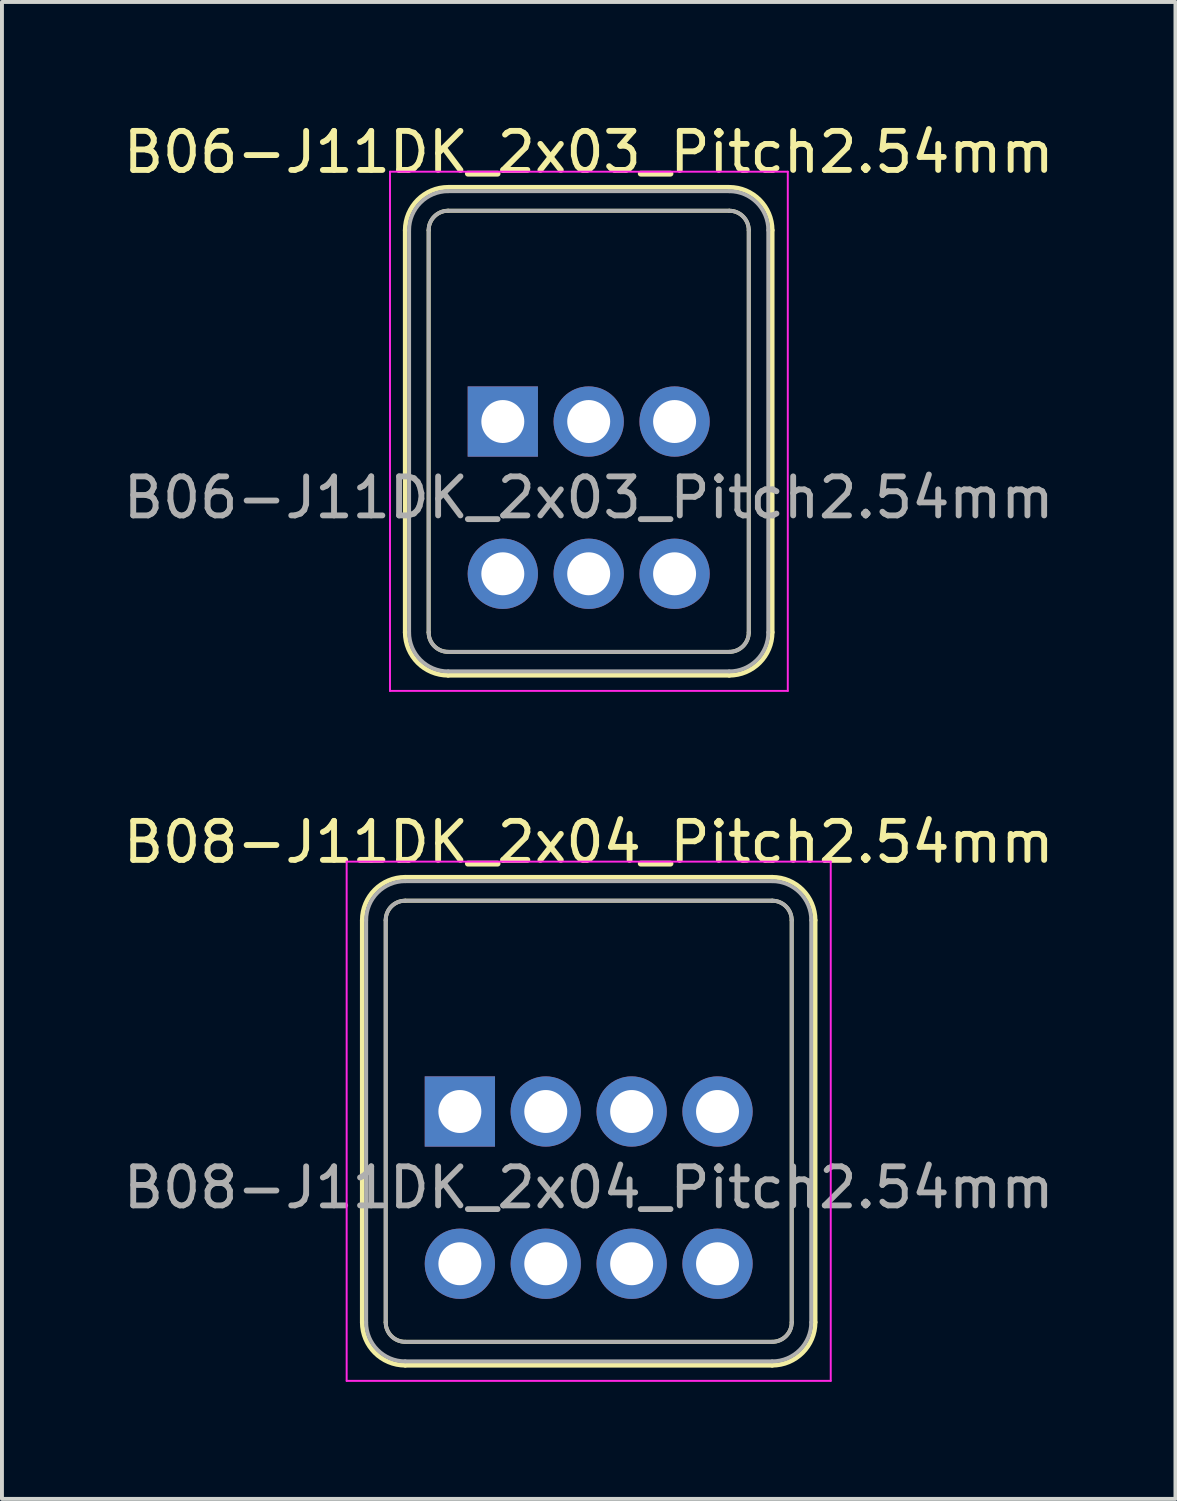
<source format=kicad_pcb>
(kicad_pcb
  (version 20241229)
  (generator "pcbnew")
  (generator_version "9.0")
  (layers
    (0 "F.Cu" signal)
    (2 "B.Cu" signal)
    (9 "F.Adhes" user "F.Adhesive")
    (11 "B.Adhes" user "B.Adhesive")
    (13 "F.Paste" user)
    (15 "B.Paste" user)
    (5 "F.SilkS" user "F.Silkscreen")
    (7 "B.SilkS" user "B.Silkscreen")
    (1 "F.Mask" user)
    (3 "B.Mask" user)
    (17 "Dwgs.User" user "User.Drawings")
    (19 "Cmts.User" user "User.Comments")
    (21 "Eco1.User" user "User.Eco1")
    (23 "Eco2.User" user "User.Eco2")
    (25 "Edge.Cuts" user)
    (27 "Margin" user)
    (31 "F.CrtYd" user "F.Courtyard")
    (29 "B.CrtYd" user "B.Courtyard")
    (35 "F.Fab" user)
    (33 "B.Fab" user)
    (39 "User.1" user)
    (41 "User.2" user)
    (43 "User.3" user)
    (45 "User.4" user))
  (footprint "B08-J11DK_2x04_Pitch2.54mm"
    (layer "F.Cu")
    (at 8.73 25.422)
    (property "Reference" "B08-J11DK_2x04_Pitch2.54mm" (at 3.3 -6.9 0) (layer "F.SilkS") (effects (font (size 1 1) (thickness 0.15))))
    (attr through_hole)
    (fp_line (start -2.5 -4.9) (end -2.5 5.4) (stroke (width 0.12) (type solid)) (layer "F.SilkS"))
    (fp_line (start -1.9 -4.9) (end -1.9 5.4) (stroke (width 0.1) (type solid)) (layer "F.SilkS"))
    (fp_line (start -1.4 -6) (end 8 -6) (stroke (width 0.12) (type solid)) (layer "F.SilkS"))
    (fp_line (start -1.4 -5.4) (end 8 -5.4) (stroke (width 0.1) (type solid)) (layer "F.SilkS"))
    (fp_line (start -1.4 5.9) (end 8 5.9) (stroke (width 0.1) (type solid)) (layer "F.SilkS"))
    (fp_line (start -1.4 6.5) (end 8 6.5) (stroke (width 0.12) (type solid)) (layer "F.SilkS"))
    (fp_line (start 8.5 -4.9) (end 8.5 5.4) (stroke (width 0.1) (type solid)) (layer "F.SilkS"))
    (fp_line (start 9.1 -4.9) (end 9.1 5.4) (stroke (width 0.12) (type solid)) (layer "F.SilkS"))
    (fp_arc (start -2.5 -4.9) (mid -2.177817 -5.677817) (end -1.4 -6) (stroke (width 0.12) (type solid)) (layer "F.SilkS"))
    (fp_arc (start -1.9 -4.9) (mid -1.753553 -5.253553) (end -1.4 -5.4) (stroke (width 0.1) (type solid)) (layer "F.SilkS"))
    (fp_arc (start -1.4 5.9) (mid -1.753553 5.753553) (end -1.9 5.4) (stroke (width 0.1) (type solid)) (layer "F.SilkS"))
    (fp_arc (start -1.4 6.5) (mid -2.177817 6.177817) (end -2.5 5.4) (stroke (width 0.12) (type solid)) (layer "F.SilkS"))
    (fp_arc (start 8 -6) (mid 8.777817 -5.677817) (end 9.1 -4.9) (stroke (width 0.12) (type solid)) (layer "F.SilkS"))
    (fp_arc (start 8 -5.4) (mid 8.353553 -5.253553) (end 8.5 -4.9) (stroke (width 0.1) (type solid)) (layer "F.SilkS"))
    (fp_arc (start 8.5 5.4) (mid 8.353553 5.753553) (end 8 5.9) (stroke (width 0.1) (type solid)) (layer "F.SilkS"))
    (fp_arc (start 9.1 5.4) (mid 8.777817 6.177817) (end 8 6.5) (stroke (width 0.12) (type solid)) (layer "F.SilkS"))
    (fp_line (start -2.9 -6.4) (end -2.9 6.9) (stroke (width 0.05) (type solid)) (layer "F.CrtYd"))
    (fp_line (start -2.9 6.9) (end 9.5 6.9) (stroke (width 0.05) (type solid)) (layer "F.CrtYd"))
    (fp_line (start 9.5 -6.4) (end -2.9 -6.4) (stroke (width 0.05) (type solid)) (layer "F.CrtYd"))
    (fp_line (start 9.5 6.9) (end 9.5 -6.4) (stroke (width 0.05) (type solid)) (layer "F.CrtYd"))
    (fp_line (start -2.4 -4.9) (end -2.4 5.4) (stroke (width 0.1) (type solid)) (layer "F.Fab"))
    (fp_line (start -1.9 -4.9) (end -1.9 5.4) (stroke (width 0.1) (type solid)) (layer "F.Fab"))
    (fp_line (start -1.4 -5.9) (end 8 -5.9) (stroke (width 0.1) (type solid)) (layer "F.Fab"))
    (fp_line (start -1.4 -5.4) (end 8 -5.4) (stroke (width 0.1) (type solid)) (layer "F.Fab"))
    (fp_line (start -1.4 5.9) (end 8 5.9) (stroke (width 0.1) (type solid)) (layer "F.Fab"))
    (fp_line (start -1.4 6.4) (end 8 6.4) (stroke (width 0.1) (type solid)) (layer "F.Fab"))
    (fp_line (start 8.5 -4.9) (end 8.5 5.4) (stroke (width 0.1) (type solid)) (layer "F.Fab"))
    (fp_line (start 9 -4.9) (end 9 5.4) (stroke (width 0.1) (type solid)) (layer "F.Fab"))
    (fp_arc (start -2.4 -4.9) (mid -2.107107 -5.607107) (end -1.4 -5.9) (stroke (width 0.1) (type solid)) (layer "F.Fab"))
    (fp_arc (start -1.9 -4.9) (mid -1.753553 -5.253553) (end -1.4 -5.4) (stroke (width 0.1) (type solid)) (layer "F.Fab"))
    (fp_arc (start -1.4 5.9) (mid -1.753553 5.753553) (end -1.9 5.4) (stroke (width 0.1) (type solid)) (layer "F.Fab"))
    (fp_arc (start -1.4 6.4) (mid -2.107107 6.107107) (end -2.4 5.4) (stroke (width 0.1) (type solid)) (layer "F.Fab"))
    (fp_arc (start 8 -5.9) (mid 8.707107 -5.607107) (end 9 -4.9) (stroke (width 0.1) (type solid)) (layer "F.Fab"))
    (fp_arc (start 8 -5.4) (mid 8.353553 -5.253553) (end 8.5 -4.9) (stroke (width 0.1) (type solid)) (layer "F.Fab"))
    (fp_arc (start 8.5 5.4) (mid 8.353553 5.753553) (end 8 5.9) (stroke (width 0.1) (type solid)) (layer "F.Fab"))
    (fp_arc (start 9 5.4) (mid 8.707107 6.107107) (end 8 6.4) (stroke (width 0.1) (type solid)) (layer "F.Fab"))
    (fp_text user "${REFERENCE}" (at 3.3 1.95 0) (layer "F.Fab") (effects (font (size 1 1) (thickness 0.15))))
    (pad "1" thru_hole rect (at 0 0) (size 1.8 1.8) (drill 1.1) (layers "*.Cu" "*.Mask"))
    (pad "2" thru_hole circle (at 0 3.9) (size 1.8 1.8) (drill 1.1) (layers "*.Cu" "*.Mask"))
    (pad "3" thru_hole circle (at 2.2 0) (size 1.8 1.8) (drill 1.1) (layers "*.Cu" "*.Mask"))
    (pad "4" thru_hole circle (at 2.2 3.9) (size 1.8 1.8) (drill 1.1) (layers "*.Cu" "*.Mask"))
    (pad "5" thru_hole circle (at 4.4 0) (size 1.8 1.8) (drill 1.1) (layers "*.Cu" "*.Mask"))
    (pad "6" thru_hole circle (at 4.4 3.9) (size 1.8 1.8) (drill 1.1) (layers "*.Cu" "*.Mask"))
    (pad "7" thru_hole circle (at 6.6 0) (size 1.8 1.8) (drill 1.1) (layers "*.Cu" "*.Mask"))
    (pad "8" thru_hole circle (at 6.6 3.9) (size 1.8 1.8) (drill 1.1) (layers "*.Cu" "*.Mask")))
  (footprint "B06-J11DK_2x03_Pitch2.54mm"
    (layer "F.Cu")
    (at 9.83 7.748)
    (property "Reference" "B06-J11DK_2x03_Pitch2.54mm" (at 2.2 -6.9 0) (layer "F.SilkS") (effects (font (size 1 1) (thickness 0.15))))
    (attr through_hole)
    (fp_line (start -2.5 -4.9) (end -2.5 5.4) (stroke (width 0.12) (type solid)) (layer "F.SilkS"))
    (fp_line (start -1.9 -4.9) (end -1.9 5.4) (stroke (width 0.1) (type solid)) (layer "F.SilkS"))
    (fp_line (start -1.4 -6) (end 5.8 -6) (stroke (width 0.12) (type solid)) (layer "F.SilkS"))
    (fp_line (start -1.4 -5.4) (end 5.8 -5.4) (stroke (width 0.1) (type solid)) (layer "F.SilkS"))
    (fp_line (start -1.4 5.9) (end 5.8 5.9) (stroke (width 0.1) (type solid)) (layer "F.SilkS"))
    (fp_line (start -1.4 6.5) (end 5.8 6.5) (stroke (width 0.12) (type solid)) (layer "F.SilkS"))
    (fp_line (start 6.3 -4.9) (end 6.3 5.4) (stroke (width 0.1) (type solid)) (layer "F.SilkS"))
    (fp_line (start 6.9 -4.9) (end 6.9 5.4) (stroke (width 0.12) (type solid)) (layer "F.SilkS"))
    (fp_arc (start -2.5 -4.9) (mid -2.177817 -5.677817) (end -1.4 -6) (stroke (width 0.12) (type solid)) (layer "F.SilkS"))
    (fp_arc (start -1.9 -4.9) (mid -1.753553 -5.253553) (end -1.4 -5.4) (stroke (width 0.1) (type solid)) (layer "F.SilkS"))
    (fp_arc (start -1.4 5.9) (mid -1.753553 5.753553) (end -1.9 5.4) (stroke (width 0.1) (type solid)) (layer "F.SilkS"))
    (fp_arc (start -1.4 6.5) (mid -2.177817 6.177817) (end -2.5 5.4) (stroke (width 0.12) (type solid)) (layer "F.SilkS"))
    (fp_arc (start 5.8 -6) (mid 6.577817 -5.677817) (end 6.9 -4.9) (stroke (width 0.12) (type solid)) (layer "F.SilkS"))
    (fp_arc (start 5.8 -5.4) (mid 6.153553 -5.253553) (end 6.3 -4.9) (stroke (width 0.1) (type solid)) (layer "F.SilkS"))
    (fp_arc (start 6.3 5.4) (mid 6.153553 5.753553) (end 5.8 5.9) (stroke (width 0.1) (type solid)) (layer "F.SilkS"))
    (fp_arc (start 6.9 5.4) (mid 6.577817 6.177817) (end 5.8 6.5) (stroke (width 0.12) (type solid)) (layer "F.SilkS"))
    (fp_line (start -2.89 -6.4) (end -2.89 6.9) (stroke (width 0.05) (type solid)) (layer "F.CrtYd"))
    (fp_line (start -2.89 6.9) (end 7.3 6.9) (stroke (width 0.05) (type solid)) (layer "F.CrtYd"))
    (fp_line (start 7.3 -6.4) (end -2.89 -6.4) (stroke (width 0.05) (type solid)) (layer "F.CrtYd"))
    (fp_line (start 7.3 6.9) (end 7.3 -6.4) (stroke (width 0.05) (type solid)) (layer "F.CrtYd"))
    (fp_line (start -2.4 -4.9) (end -2.4 5.4) (stroke (width 0.1) (type solid)) (layer "F.Fab"))
    (fp_line (start -1.9 -4.9) (end -1.9 5.4) (stroke (width 0.1) (type solid)) (layer "F.Fab"))
    (fp_line (start -1.4 -5.9) (end 5.8 -5.9) (stroke (width 0.1) (type solid)) (layer "F.Fab"))
    (fp_line (start -1.4 -5.4) (end 5.8 -5.4) (stroke (width 0.1) (type solid)) (layer "F.Fab"))
    (fp_line (start -1.4 5.9) (end 5.8 5.9) (stroke (width 0.1) (type solid)) (layer "F.Fab"))
    (fp_line (start -1.4 6.4) (end 5.8 6.4) (stroke (width 0.1) (type solid)) (layer "F.Fab"))
    (fp_line (start 6.3 -4.9) (end 6.3 5.4) (stroke (width 0.1) (type solid)) (layer "F.Fab"))
    (fp_line (start 6.8 -4.9) (end 6.8 5.4) (stroke (width 0.1) (type solid)) (layer "F.Fab"))
    (fp_arc (start -2.4 -4.9) (mid -2.107107 -5.607107) (end -1.4 -5.9) (stroke (width 0.1) (type solid)) (layer "F.Fab"))
    (fp_arc (start -1.9 -4.9) (mid -1.753553 -5.253553) (end -1.4 -5.4) (stroke (width 0.1) (type solid)) (layer "F.Fab"))
    (fp_arc (start -1.4 5.9) (mid -1.753553 5.753553) (end -1.9 5.4) (stroke (width 0.1) (type solid)) (layer "F.Fab"))
    (fp_arc (start -1.4 6.4) (mid -2.107107 6.107107) (end -2.4 5.4) (stroke (width 0.1) (type solid)) (layer "F.Fab"))
    (fp_arc (start 5.8 -5.9) (mid 6.507107 -5.607107) (end 6.8 -4.9) (stroke (width 0.1) (type solid)) (layer "F.Fab"))
    (fp_arc (start 5.8 -5.4) (mid 6.153553 -5.253553) (end 6.3 -4.9) (stroke (width 0.1) (type solid)) (layer "F.Fab"))
    (fp_arc (start 6.3 5.4) (mid 6.153553 5.753553) (end 5.8 5.9) (stroke (width 0.1) (type solid)) (layer "F.Fab"))
    (fp_arc (start 6.8 5.4) (mid 6.507107 6.107107) (end 5.8 6.4) (stroke (width 0.1) (type solid)) (layer "F.Fab"))
    (fp_text user "${REFERENCE}" (at 2.2 1.95 0) (layer "F.Fab") (effects (font (size 1 1) (thickness 0.15))))
    (pad "1" thru_hole rect (at 0 0) (size 1.8 1.8) (drill 1.1) (layers "*.Cu" "*.Mask"))
    (pad "2" thru_hole circle (at 0 3.9) (size 1.8 1.8) (drill 1.1) (layers "*.Cu" "*.Mask"))
    (pad "3" thru_hole circle (at 2.2 0) (size 1.8 1.8) (drill 1.1) (layers "*.Cu" "*.Mask"))
    (pad "4" thru_hole circle (at 2.2 3.9) (size 1.8 1.8) (drill 1.1) (layers "*.Cu" "*.Mask"))
    (pad "5" thru_hole circle (at 4.4 0) (size 1.8 1.8) (drill 1.1) (layers "*.Cu" "*.Mask"))
    (pad "6" thru_hole circle (at 4.4 3.9) (size 1.8 1.8) (drill 1.1) (layers "*.Cu" "*.Mask")))
  (gr_rect
    (start -3 -3)
    (end 27.06 35.346)
    (stroke (width 0.1) (type default))
    (fill no)
    (layer "Edge.Cuts")))
</source>
